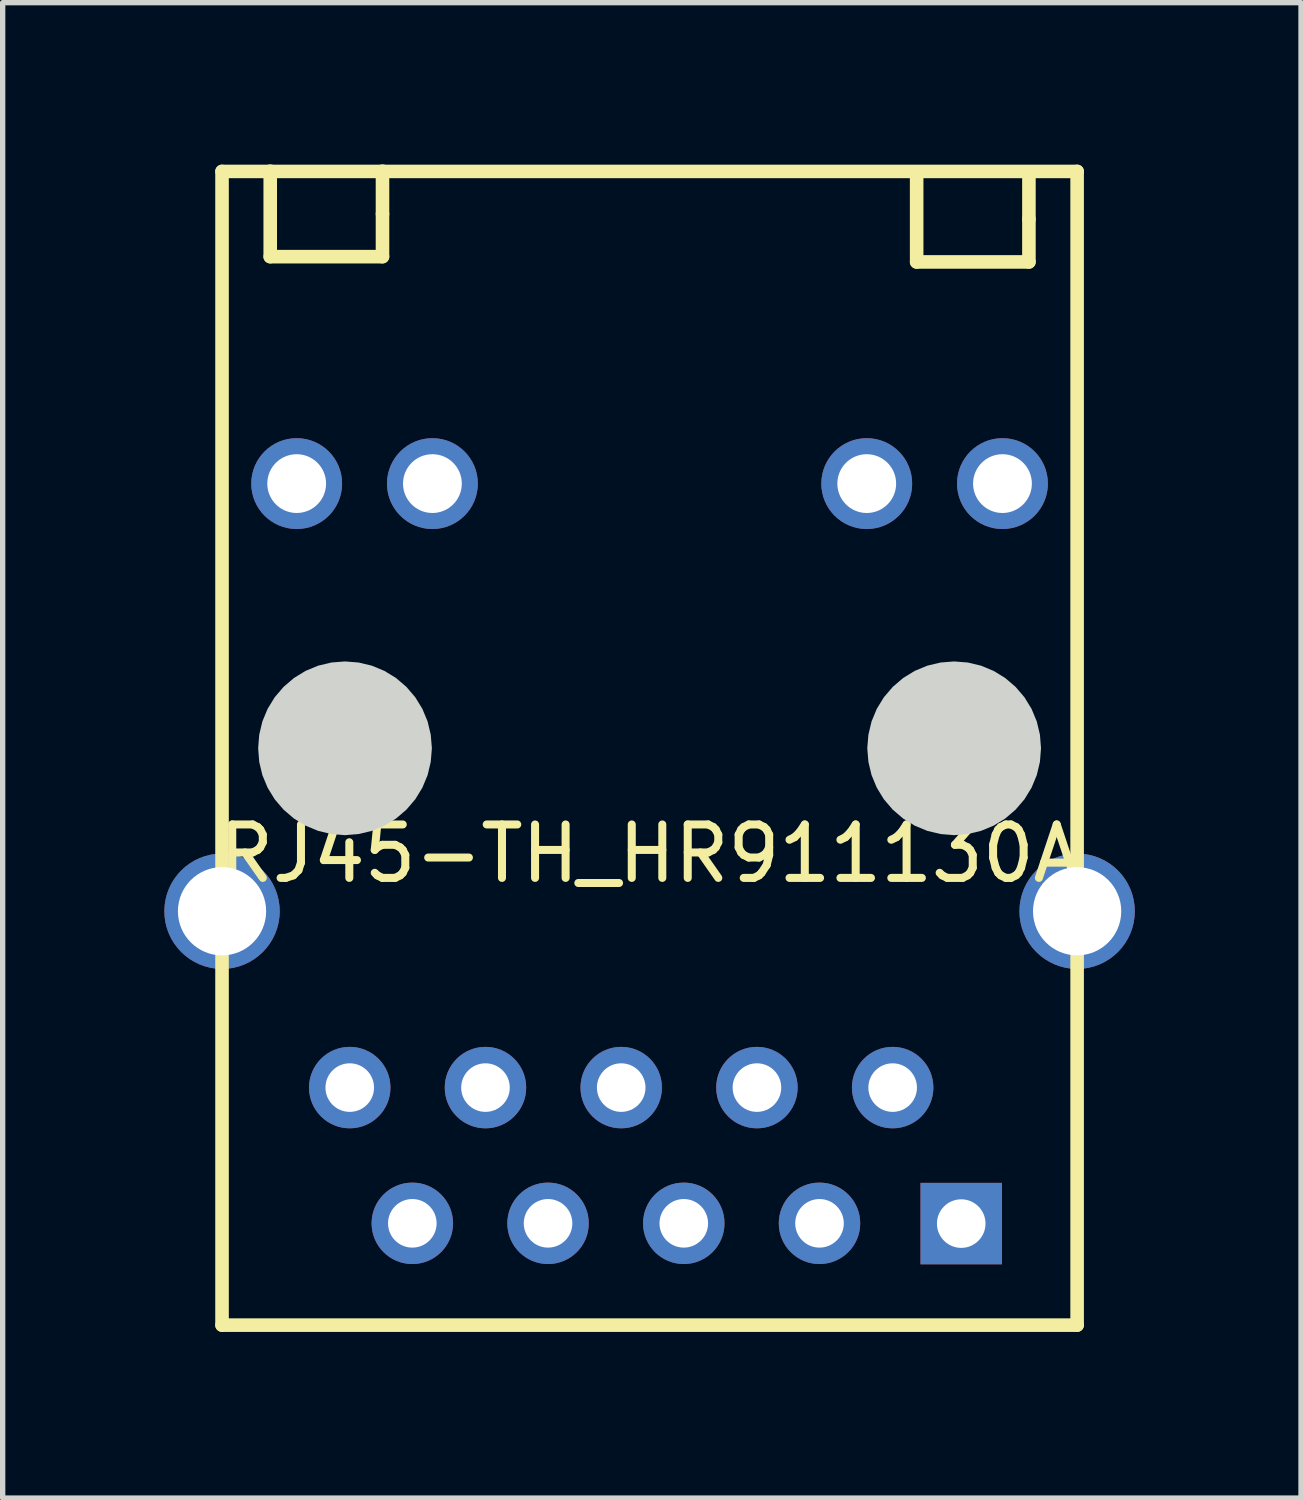
<source format=kicad_pcb>
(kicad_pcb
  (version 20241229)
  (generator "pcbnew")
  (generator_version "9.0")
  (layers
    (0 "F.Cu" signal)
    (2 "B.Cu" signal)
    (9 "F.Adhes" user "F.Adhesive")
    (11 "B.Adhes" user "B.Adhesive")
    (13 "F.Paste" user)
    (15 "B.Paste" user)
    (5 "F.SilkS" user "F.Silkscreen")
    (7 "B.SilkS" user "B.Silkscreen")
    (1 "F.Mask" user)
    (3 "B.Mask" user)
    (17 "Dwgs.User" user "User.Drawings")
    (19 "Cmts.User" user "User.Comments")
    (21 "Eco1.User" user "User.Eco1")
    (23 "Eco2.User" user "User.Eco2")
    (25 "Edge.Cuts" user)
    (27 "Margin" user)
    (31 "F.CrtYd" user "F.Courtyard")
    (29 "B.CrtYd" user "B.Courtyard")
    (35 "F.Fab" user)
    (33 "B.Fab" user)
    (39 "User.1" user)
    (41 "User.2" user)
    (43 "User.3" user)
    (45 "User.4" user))
  (footprint "RJ45-TH_HR911130A"
    (layer "F.Cu")
    (at 9.106 12.924)
    (property "Reference" "RJ45-TH_HR911130A" (at 0 0 0) (layer "F.SilkS") (effects (font (size 1 1) (thickness 0.15))))
    (fp_line (start -8.001 -12.766) (end 8.001 -12.766) (stroke (width 0.254) (type default)) (layer "F.SilkS"))
    (fp_line (start -8.001 8.824) (end -8.001 -12.766) (stroke (width 0.254) (type default)) (layer "F.SilkS"))
    (fp_line (start -7.099 -12.771) (end -7.099 -11.171) (stroke (width 0.254) (type default)) (layer "F.SilkS"))
    (fp_line (start -7.099 -11.171) (end -4.998 -11.171) (stroke (width 0.254) (type default)) (layer "F.SilkS"))
    (fp_line (start -4.998 -11.971) (end -4.998 -12.771) (stroke (width 0.254) (type default)) (layer "F.SilkS"))
    (fp_line (start -4.998 -11.171) (end -4.998 -11.971) (stroke (width 0.254) (type default)) (layer "F.SilkS"))
    (fp_line (start 4.998 -12.672) (end 4.998 -11.072) (stroke (width 0.254) (type default)) (layer "F.SilkS"))
    (fp_line (start 4.998 -11.072) (end 7.099 -11.072) (stroke (width 0.254) (type default)) (layer "F.SilkS"))
    (fp_line (start 7.099 -11.872) (end 7.099 -12.672) (stroke (width 0.254) (type default)) (layer "F.SilkS"))
    (fp_line (start 7.099 -11.072) (end 7.099 -11.872) (stroke (width 0.254) (type default)) (layer "F.SilkS"))
    (fp_line (start 8.001 -12.766) (end 8.001 8.824) (stroke (width 0.254) (type default)) (layer "F.SilkS"))
    (fp_line (start 8.001 8.824) (end -8.001 8.824) (stroke (width 0.254) (type default)) (layer "F.SilkS"))
    (fp_poly (pts (xy -4.074 -1.971) (xy -4.095 -2.225) (xy -4.154 -2.473) (xy -4.252 -2.709) (xy -4.385 -2.926) (xy -4.551 -3.12) (xy -4.745 -3.286) (xy -4.962 -3.419) (xy -5.198 -3.517) (xy -5.446 -3.576) (xy -5.7 -3.596) (xy -5.954 -3.576) (xy -6.202 -3.517) (xy -6.438 -3.419) (xy -6.655 -3.286) (xy -6.849 -3.12) (xy -7.015 -2.926) (xy -7.148 -2.709) (xy -7.246 -2.473) (xy -7.305 -2.225) (xy -7.325 -1.971) (xy -7.305 -1.717) (xy -7.246 -1.469) (xy -7.148 -1.233) (xy -7.015 -1.016) (xy -6.849 -0.822) (xy -6.655 -0.656) (xy -6.438 -0.523) (xy -6.202 -0.425) (xy -5.954 -0.366) (xy -5.7 -0.345) (xy -5.446 -0.366) (xy -5.198 -0.425) (xy -4.962 -0.523) (xy -4.745 -0.656) (xy -4.551 -0.822) (xy -4.385 -1.016) (xy -4.252 -1.233) (xy -4.154 -1.469) (xy -4.095 -1.717)) (stroke (width 0) (type default)) (fill yes) (layer "Edge.Cuts"))
    (fp_poly (pts (xy 7.325 -1.971) (xy 7.305 -2.225) (xy 7.246 -2.473) (xy 7.148 -2.709) (xy 7.015 -2.926) (xy 6.849 -3.12) (xy 6.655 -3.286) (xy 6.438 -3.419) (xy 6.202 -3.517) (xy 5.954 -3.576) (xy 5.7 -3.596) (xy 5.446 -3.576) (xy 5.198 -3.517) (xy 4.962 -3.419) (xy 4.745 -3.286) (xy 4.551 -3.12) (xy 4.385 -2.926) (xy 4.252 -2.709) (xy 4.154 -2.473) (xy 4.095 -2.225) (xy 4.074 -1.971) (xy 4.095 -1.717) (xy 4.154 -1.469) (xy 4.252 -1.233) (xy 4.385 -1.016) (xy 4.551 -0.822) (xy 4.745 -0.656) (xy 4.962 -0.523) (xy 5.198 -0.425) (xy 5.446 -0.366) (xy 5.7 -0.345) (xy 5.954 -0.366) (xy 6.202 -0.425) (xy 6.438 -0.523) (xy 6.655 -0.656) (xy 6.849 -0.822) (xy 7.015 -1.016) (xy 7.148 -1.233) (xy 7.246 -1.469) (xy 7.305 -1.717)) (stroke (width 0) (type default)) (fill yes) (layer "Edge.Cuts"))
    (fp_poly (pts (xy -5.255 4.379) (xy -5.273 4.269) (xy -5.323 4.17) (xy -5.402 4.091) (xy -5.501 4.041) (xy -5.611 4.024) (xy -5.721 4.041) (xy -5.82 4.091) (xy -5.899 4.17) (xy -5.949 4.269) (xy -5.966 4.379) (xy -5.949 4.489) (xy -5.899 4.588) (xy -5.82 4.667) (xy -5.721 4.717) (xy -5.611 4.734) (xy -5.501 4.717) (xy -5.402 4.667) (xy -5.323 4.588) (xy -5.273 4.489)) (stroke (width 0.1) (type default)) (fill no) (layer "User.1"))
    (fp_poly (pts (xy -4.085 6.919) (xy -4.102 6.809) (xy -4.152 6.71) (xy -4.231 6.631) (xy -4.33 6.581) (xy -4.44 6.564) (xy -4.55 6.581) (xy -4.649 6.631) (xy -4.728 6.71) (xy -4.778 6.809) (xy -4.795 6.919) (xy -4.778 7.029) (xy -4.728 7.128) (xy -4.649 7.207) (xy -4.55 7.257) (xy -4.44 7.274) (xy -4.33 7.257) (xy -4.231 7.207) (xy -4.152 7.128) (xy -4.102 7.029)) (stroke (width 0.1) (type default)) (fill no) (layer "User.1"))
    (fp_poly (pts (xy -2.716 4.379) (xy -2.733 4.269) (xy -2.783 4.17) (xy -2.862 4.091) (xy -2.961 4.041) (xy -3.071 4.024) (xy -3.181 4.041) (xy -3.28 4.091) (xy -3.359 4.17) (xy -3.409 4.269) (xy -3.426 4.379) (xy -3.409 4.489) (xy -3.359 4.588) (xy -3.28 4.667) (xy -3.181 4.717) (xy -3.071 4.734) (xy -2.961 4.717) (xy -2.862 4.667) (xy -2.783 4.588) (xy -2.733 4.489)) (stroke (width 0.1) (type default)) (fill no) (layer "User.1"))
    (fp_poly (pts (xy -1.544 6.919) (xy -1.562 6.809) (xy -1.612 6.71) (xy -1.691 6.631) (xy -1.79 6.581) (xy -1.9 6.564) (xy -2.01 6.581) (xy -2.109 6.631) (xy -2.188 6.71) (xy -2.238 6.809) (xy -2.256 6.919) (xy -2.238 7.029) (xy -2.188 7.128) (xy -2.109 7.207) (xy -2.01 7.257) (xy -1.9 7.274) (xy -1.79 7.257) (xy -1.691 7.207) (xy -1.612 7.128) (xy -1.562 7.029)) (stroke (width 0.1) (type default)) (fill no) (layer "User.1"))
    (fp_poly (pts (xy -0.175 4.379) (xy -0.193 4.269) (xy -0.243 4.17) (xy -0.322 4.091) (xy -0.421 4.041) (xy -0.531 4.024) (xy -0.641 4.041) (xy -0.74 4.091) (xy -0.819 4.17) (xy -0.869 4.269) (xy -0.886 4.379) (xy -0.869 4.489) (xy -0.819 4.588) (xy -0.74 4.667) (xy -0.641 4.717) (xy -0.531 4.734) (xy -0.421 4.717) (xy -0.322 4.667) (xy -0.243 4.588) (xy -0.193 4.489)) (stroke (width 0.1) (type default)) (fill no) (layer "User.1"))
    (fp_poly (pts (xy 0.996 6.919) (xy 0.978 6.809) (xy 0.928 6.71) (xy 0.849 6.631) (xy 0.75 6.581) (xy 0.64 6.564) (xy 0.53 6.581) (xy 0.431 6.631) (xy 0.352 6.71) (xy 0.302 6.809) (xy 0.284 6.919) (xy 0.302 7.029) (xy 0.352 7.128) (xy 0.431 7.207) (xy 0.53 7.257) (xy 0.64 7.274) (xy 0.75 7.257) (xy 0.849 7.207) (xy 0.928 7.128) (xy 0.978 7.029)) (stroke (width 0.1) (type default)) (fill no) (layer "User.1"))
    (fp_poly (pts (xy 2.365 4.379) (xy 2.347 4.269) (xy 2.297 4.17) (xy 2.218 4.091) (xy 2.119 4.041) (xy 2.009 4.024) (xy 1.899 4.041) (xy 1.8 4.091) (xy 1.721 4.17) (xy 1.671 4.269) (xy 1.653 4.379) (xy 1.671 4.489) (xy 1.721 4.588) (xy 1.8 4.667) (xy 1.899 4.717) (xy 2.009 4.734) (xy 2.119 4.717) (xy 2.218 4.667) (xy 2.297 4.588) (xy 2.347 4.489)) (stroke (width 0.1) (type default)) (fill no) (layer "User.1"))
    (fp_poly (pts (xy 3.535 6.919) (xy 3.518 6.809) (xy 3.468 6.71) (xy 3.389 6.631) (xy 3.29 6.581) (xy 3.18 6.564) (xy 3.07 6.581) (xy 2.971 6.631) (xy 2.892 6.71) (xy 2.842 6.809) (xy 2.825 6.919) (xy 2.842 7.029) (xy 2.892 7.128) (xy 2.971 7.207) (xy 3.07 7.257) (xy 3.18 7.274) (xy 3.29 7.257) (xy 3.389 7.207) (xy 3.468 7.128) (xy 3.518 7.029)) (stroke (width 0.1) (type default)) (fill no) (layer "User.1"))
    (fp_poly (pts (xy 4.904 4.379) (xy 4.887 4.269) (xy 4.837 4.17) (xy 4.758 4.091) (xy 4.659 4.041) (xy 4.549 4.024) (xy 4.439 4.041) (xy 4.34 4.091) (xy 4.261 4.17) (xy 4.211 4.269) (xy 4.194 4.379) (xy 4.211 4.489) (xy 4.261 4.588) (xy 4.34 4.667) (xy 4.439 4.717) (xy 4.549 4.734) (xy 4.659 4.717) (xy 4.758 4.667) (xy 4.837 4.588) (xy 4.887 4.489)) (stroke (width 0.1) (type default)) (fill no) (layer "User.1"))
    (fp_poly (pts (xy 6.188 6.924) (xy 6.17 6.814) (xy 6.12 6.715) (xy 6.041 6.636) (xy 5.942 6.586) (xy 5.832 6.569) (xy 5.722 6.586) (xy 5.623 6.636) (xy 5.544 6.715) (xy 5.494 6.814) (xy 5.476 6.924) (xy 5.494 7.034) (xy 5.544 7.133) (xy 5.623 7.212) (xy 5.722 7.262) (xy 5.832 7.279) (xy 5.942 7.262) (xy 6.041 7.212) (xy 6.12 7.133) (xy 6.17 7.034)) (stroke (width 0.1) (type default)) (fill no) (layer "User.1"))
    (fp_poly (pts (xy -6.154 -6.924) (xy -6.173 -7.051) (xy -6.226 -7.167) (xy -6.31 -7.264) (xy -6.417 -7.333) (xy -6.54 -7.369) (xy -6.668 -7.369) (xy -6.791 -7.333) (xy -6.898 -7.264) (xy -6.982 -7.167) (xy -7.035 -7.051) (xy -7.053 -6.924) (xy -7.035 -6.797) (xy -6.982 -6.681) (xy -6.898 -6.584) (xy -6.791 -6.515) (xy -6.668 -6.479) (xy -6.54 -6.479) (xy -6.417 -6.515) (xy -6.31 -6.584) (xy -6.226 -6.681) (xy -6.173 -6.797)) (stroke (width 0.1) (type default)) (fill no) (layer "User.1"))
    (fp_poly (pts (xy -3.615 -6.924) (xy -3.633 -7.051) (xy -3.686 -7.167) (xy -3.77 -7.264) (xy -3.877 -7.333) (xy -4 -7.369) (xy -4.128 -7.369) (xy -4.251 -7.333) (xy -4.358 -7.264) (xy -4.442 -7.167) (xy -4.495 -7.051) (xy -4.513 -6.924) (xy -4.495 -6.797) (xy -4.442 -6.681) (xy -4.358 -6.584) (xy -4.251 -6.515) (xy -4.128 -6.479) (xy -4 -6.479) (xy -3.877 -6.515) (xy -3.77 -6.584) (xy -3.686 -6.681) (xy -3.633 -6.797)) (stroke (width 0.1) (type default)) (fill no) (layer "User.1"))
    (fp_poly (pts (xy 4.513 -6.924) (xy 4.495 -7.051) (xy 4.442 -7.167) (xy 4.358 -7.264) (xy 4.251 -7.333) (xy 4.128 -7.369) (xy 4 -7.369) (xy 3.877 -7.333) (xy 3.77 -7.264) (xy 3.686 -7.167) (xy 3.633 -7.051) (xy 3.615 -6.924) (xy 3.633 -6.797) (xy 3.686 -6.681) (xy 3.77 -6.584) (xy 3.877 -6.515) (xy 4 -6.479) (xy 4.128 -6.479) (xy 4.251 -6.515) (xy 4.358 -6.584) (xy 4.442 -6.681) (xy 4.495 -6.797)) (stroke (width 0.1) (type default)) (fill no) (layer "User.1"))
    (fp_poly (pts (xy 7.053 -6.924) (xy 7.035 -7.051) (xy 6.982 -7.167) (xy 6.898 -7.264) (xy 6.791 -7.333) (xy 6.668 -7.369) (xy 6.54 -7.369) (xy 6.417 -7.333) (xy 6.31 -7.264) (xy 6.226 -7.167) (xy 6.173 -7.051) (xy 6.154 -6.924) (xy 6.173 -6.797) (xy 6.226 -6.681) (xy 6.31 -6.584) (xy 6.417 -6.515) (xy 6.54 -6.479) (xy 6.668 -6.479) (xy 6.791 -6.515) (xy 6.898 -6.584) (xy 6.982 -6.681) (xy 7.035 -6.797)) (stroke (width 0.1) (type default)) (fill no) (layer "User.1"))
    (fp_poly (pts (xy -7.274 1.079) (xy -7.293 0.918) (xy -7.346 0.764) (xy -7.433 0.627) (xy -7.548 0.511) (xy -7.686 0.425) (xy -7.839 0.371) (xy -8.001 0.353) (xy -8.163 0.371) (xy -8.316 0.425) (xy -8.454 0.511) (xy -8.569 0.627) (xy -8.656 0.764) (xy -8.709 0.918) (xy -8.727 1.079) (xy -8.709 1.241) (xy -8.656 1.395) (xy -8.569 1.532) (xy -8.454 1.648) (xy -8.316 1.734) (xy -8.163 1.788) (xy -8.001 1.806) (xy -7.839 1.788) (xy -7.686 1.734) (xy -7.548 1.648) (xy -7.433 1.532) (xy -7.346 1.395) (xy -7.293 1.241)) (stroke (width 0.1) (type default)) (fill no) (layer "User.1"))
    (fp_poly (pts (xy 8.727 1.079) (xy 8.709 0.918) (xy 8.656 0.764) (xy 8.569 0.627) (xy 8.454 0.511) (xy 8.316 0.425) (xy 8.163 0.371) (xy 8.001 0.353) (xy 7.839 0.371) (xy 7.686 0.425) (xy 7.548 0.511) (xy 7.433 0.627) (xy 7.346 0.764) (xy 7.293 0.918) (xy 7.274 1.079) (xy 7.293 1.241) (xy 7.346 1.395) (xy 7.433 1.532) (xy 7.548 1.648) (xy 7.686 1.734) (xy 7.839 1.788) (xy 8.001 1.806) (xy 8.163 1.788) (xy 8.316 1.734) (xy 8.454 1.648) (xy 8.569 1.532) (xy 8.656 1.395) (xy 8.709 1.241)) (stroke (width 0.1) (type default)) (fill no) (layer "User.1"))
    (fp_poly (pts (xy -4.176 -1.971) (xy -4.195 -2.209) (xy -4.251 -2.442) (xy -4.342 -2.663) (xy -4.467 -2.867) (xy -4.622 -3.049) (xy -4.804 -3.204) (xy -5.008 -3.329) (xy -5.229 -3.42) (xy -5.462 -3.476) (xy -5.7 -3.495) (xy -5.938 -3.476) (xy -6.171 -3.42) (xy -6.392 -3.329) (xy -6.596 -3.204) (xy -6.778 -3.049) (xy -6.933 -2.867) (xy -7.058 -2.663) (xy -7.149 -2.442) (xy -7.205 -2.209) (xy -7.224 -1.971) (xy -7.205 -1.733) (xy -7.149 -1.5) (xy -7.058 -1.279) (xy -6.933 -1.075) (xy -6.778 -0.893) (xy -6.596 -0.738) (xy -6.392 -0.613) (xy -6.171 -0.522) (xy -5.938 -0.466) (xy -5.7 -0.447) (xy -5.462 -0.466) (xy -5.229 -0.522) (xy -5.008 -0.613) (xy -4.804 -0.738) (xy -4.622 -0.893) (xy -4.467 -1.075) (xy -4.342 -1.279) (xy -4.251 -1.5) (xy -4.195 -1.733)) (stroke (width 0.1) (type default)) (fill no) (layer "User.1"))
    (fp_poly (pts (xy 7.224 -1.971) (xy 7.205 -2.209) (xy 7.149 -2.442) (xy 7.058 -2.663) (xy 6.933 -2.867) (xy 6.778 -3.049) (xy 6.596 -3.204) (xy 6.392 -3.329) (xy 6.171 -3.42) (xy 5.938 -3.476) (xy 5.7 -3.495) (xy 5.462 -3.476) (xy 5.229 -3.42) (xy 5.008 -3.329) (xy 4.804 -3.204) (xy 4.622 -3.049) (xy 4.467 -2.867) (xy 4.342 -2.663) (xy 4.251 -2.442) (xy 4.195 -2.209) (xy 4.176 -1.971) (xy 4.195 -1.733) (xy 4.251 -1.5) (xy 4.342 -1.279) (xy 4.467 -1.075) (xy 4.622 -0.893) (xy 4.804 -0.738) (xy 5.008 -0.613) (xy 5.229 -0.522) (xy 5.462 -0.466) (xy 5.7 -0.447) (xy 5.938 -0.466) (xy 6.171 -0.522) (xy 6.392 -0.613) (xy 6.596 -0.738) (xy 6.778 -0.893) (xy 6.933 -1.075) (xy 7.058 -1.279) (xy 7.149 -1.5) (xy 7.205 -1.733)) (stroke (width 0.1) (type default)) (fill no) (layer "User.1"))
    (fp_line (start -9.081 -12.898) (end 9.081 -12.898) (stroke (width 0.051) (type default)) (layer "User.2"))
    (fp_line (start -9.081 8.951) (end -9.081 -12.898) (stroke (width 0.051) (type default)) (layer "User.2"))
    (fp_line (start 9.081 -12.898) (end 9.081 8.951) (stroke (width 0.051) (type default)) (layer "User.2"))
    (fp_line (start 9.081 8.951) (end -9.081 8.951) (stroke (width 0.051) (type default)) (layer "User.2"))
    (fp_poly (pts (xy 9.142 8.951) (xy 9.124 8.908) (xy 9.081 8.89) (xy 9.037 8.908) (xy 9.02 8.951) (xy 9.037 8.994) (xy 9.081 9.012) (xy 9.124 8.994)) (stroke (width 0.1) (type default)) (fill no) (layer "User.3"))
    (pad "11" thru_hole circle (at 6.604 -6.924 180) (size 1.7 1.7) (drill 1.1) (layers "*.Cu" "*.Mask"))
    (pad "12" thru_hole circle (at 4.064 -6.924 180) (size 1.7 1.7) (drill 1.1) (layers "*.Cu" "*.Mask"))
    (pad "13" thru_hole circle (at -4.064 -6.924 180) (size 1.7 1.7) (drill 1.1) (layers "*.Cu" "*.Mask"))
    (pad "14" thru_hole circle (at -6.604 -6.924 180) (size 1.7 1.7) (drill 1.1) (layers "*.Cu" "*.Mask"))
    (pad "P1" thru_hole rect (at 5.832 6.924 180) (size 1.524 1.524) (drill 0.909) (layers "*.Cu" "*.Mask"))
    (pad "P2" thru_hole circle (at 4.549 4.379 180) (size 1.524 1.524) (drill 0.909) (layers "*.Cu" "*.Mask"))
    (pad "P3" thru_hole circle (at 3.18 6.919 180) (size 1.524 1.524) (drill 0.909) (layers "*.Cu" "*.Mask"))
    (pad "P4" thru_hole circle (at 2.009 4.379 180) (size 1.524 1.524) (drill 0.909) (layers "*.Cu" "*.Mask"))
    (pad "P5" thru_hole circle (at 0.64 6.919 180) (size 1.524 1.524) (drill 0.909) (layers "*.Cu" "*.Mask"))
    (pad "P6" thru_hole circle (at -0.531 4.379 180) (size 1.524 1.524) (drill 0.909) (layers "*.Cu" "*.Mask"))
    (pad "P7" thru_hole circle (at -1.9 6.919 180) (size 1.524 1.524) (drill 0.909) (layers "*.Cu" "*.Mask"))
    (pad "P8" thru_hole circle (at -3.071 4.379 180) (size 1.524 1.524) (drill 0.909) (layers "*.Cu" "*.Mask"))
    (pad "P9" thru_hole circle (at -4.44 6.919 180) (size 1.524 1.524) (drill 0.909) (layers "*.Cu" "*.Mask"))
    (pad "P10" thru_hole circle (at -5.611 4.379 180) (size 1.524 1.524) (drill 0.909) (layers "*.Cu" "*.Mask"))
    (pad "SHIELD0" thru_hole circle (at -8.001 1.079 180) (size 2.159 2.159) (drill 1.651) (layers "*.Cu" "*.Mask"))
    (pad "SHIELD1" thru_hole circle (at 8.001 1.079 180) (size 2.159 2.159) (drill 1.651) (layers "*.Cu" "*.Mask")))
  (gr_rect
    (start -3 -3)
    (end 21.297 24.985)
    (stroke (width 0.1) (type default))
    (fill no)
    (layer "Edge.Cuts")))
</source>
